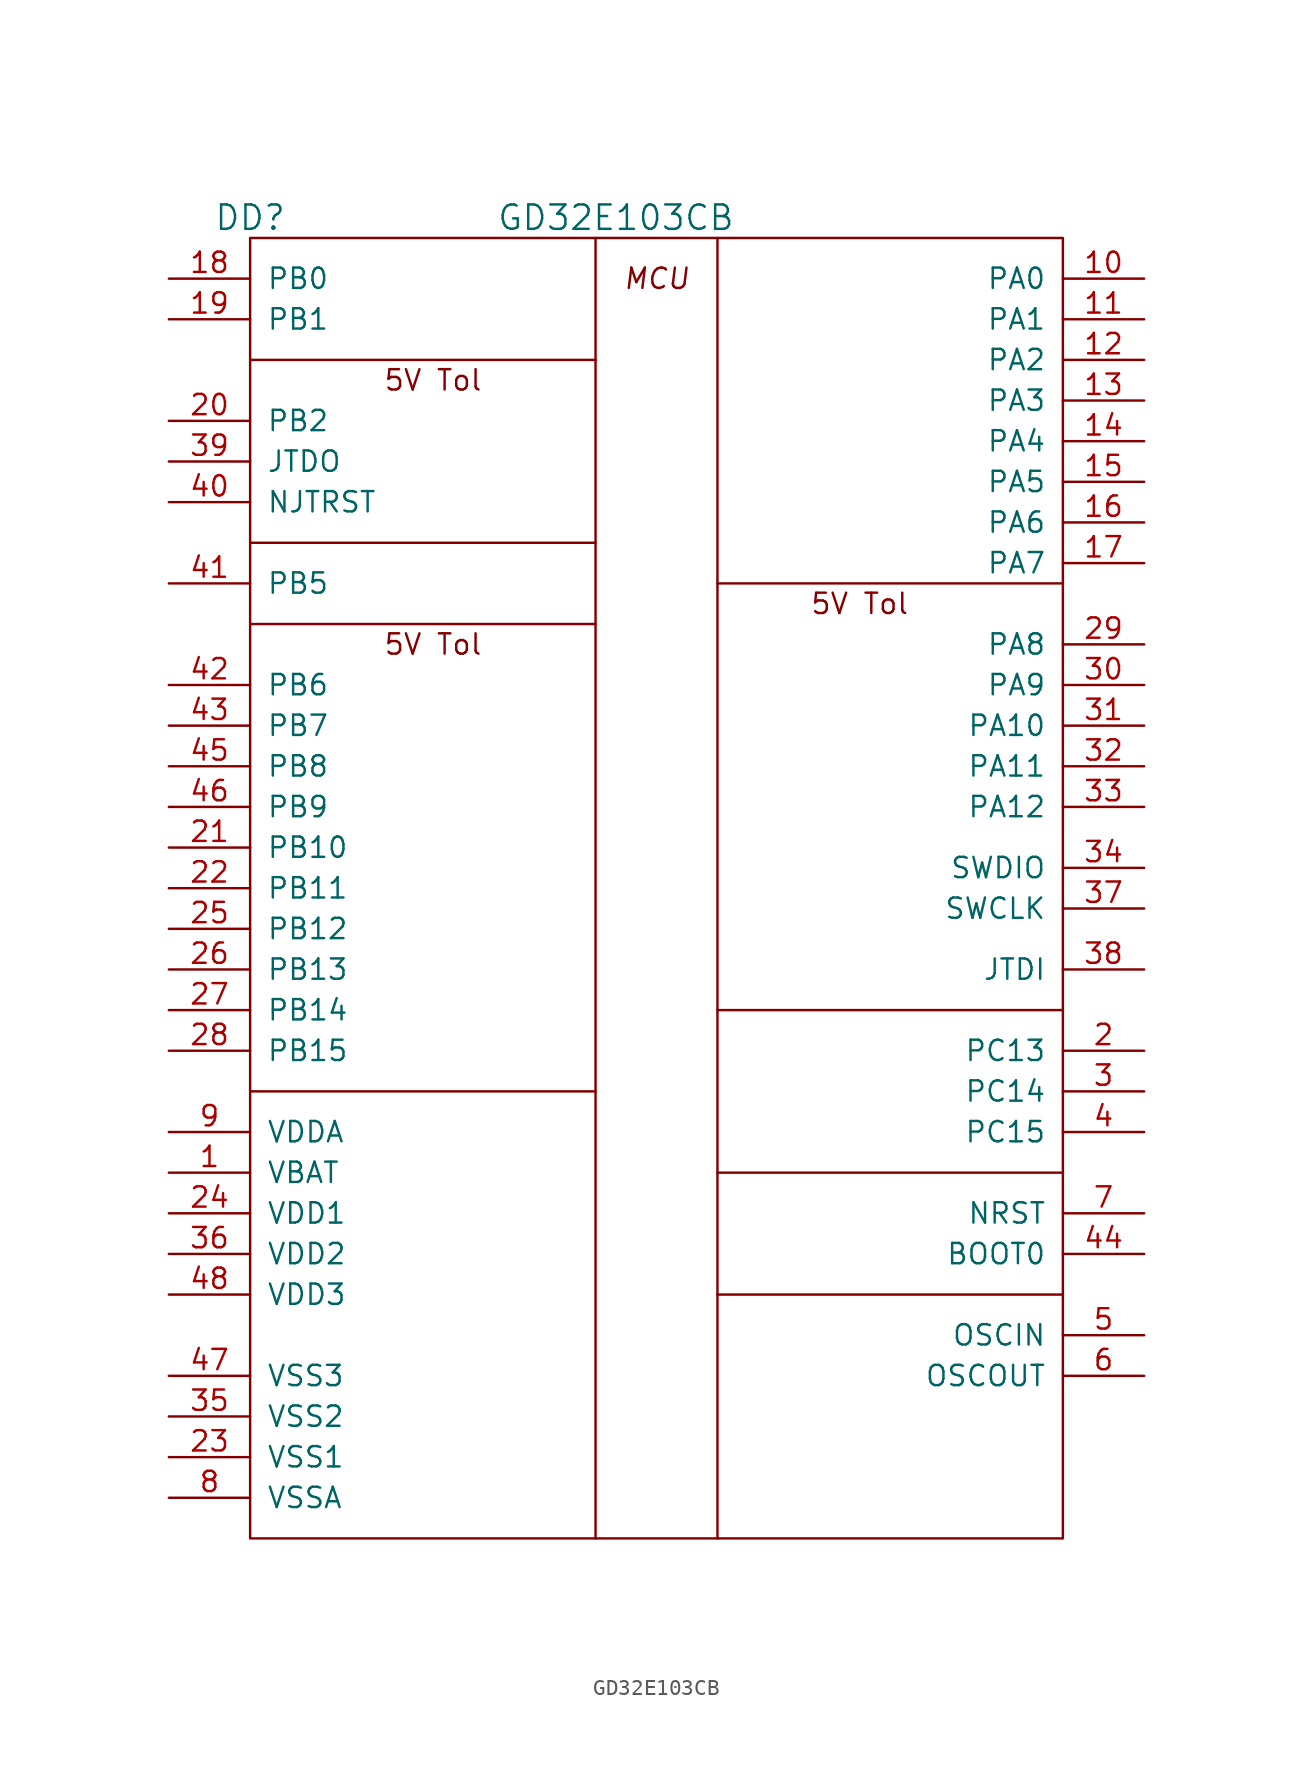
<source format=kicad_sym>
(kicad_symbol_lib
  (version 20231120)
  (generator "kicad_symbol_editor")
  (generator_version "8.0")
  (symbol "GD32E103CB"
    (pin_names
      (offset 1.016))
    (property "Reference" "DD"
      (at -25.4 34.29 0)
      (effects (font (size 1.524 1.524))))
    (property "Value" "GD32E103CB"
      (at -2.54 34.29 0)
      (effects (font (size 1.524 1.524))))
    (symbol "GD32E103CB_0_1"
      (rectangle (start -25.4 33.02) (end 25.4 -48.26) (stroke (width 0) (type default)) (fill (type none)))
      (polyline (pts (xy -25.4 -20.32) (xy -3.81 -20.32)) (stroke (width 0) (type default)) (fill (type none)))
      (polyline (pts (xy -25.4 8.89) (xy -3.81 8.89)) (stroke (width 0) (type default)) (fill (type none)))
      (polyline (pts (xy -25.4 13.97) (xy -3.81 13.97)) (stroke (width 0) (type default)) (fill (type none)))
      (polyline (pts (xy -25.4 25.4) (xy -3.81 25.4)) (stroke (width 0) (type default)) (fill (type none)))
      (polyline (pts (xy -3.81 33.02) (xy -3.81 -48.26)) (stroke (width 0) (type default)) (fill (type none)))
      (polyline (pts (xy 3.81 -48.26) (xy 3.81 33.02)) (stroke (width 0) (type default)) (fill (type none)))
      (polyline (pts (xy 3.81 -25.4) (xy 25.4 -25.4)) (stroke (width 0) (type default)) (fill (type none)))
      (polyline (pts (xy 3.81 -15.24) (xy 25.4 -15.24)) (stroke (width 0) (type default)) (fill (type none)))
      (polyline (pts (xy 3.81 11.43) (xy 25.4 11.43)) (stroke (width 0) (type default)) (fill (type none)))
      (polyline (pts (xy 25.4 -33.02) (xy 3.81 -33.02)) (stroke (width 0) (type default)) (fill (type none)))
      (text "5V Tol" (at -13.97 7.62 0) (effects (font (size 1.27 1.27))))
      (text "5V Tol" (at -13.97 24.13 0) (effects (font (size 1.27 1.27))))
      (text "5V Tol" (at 12.7 10.16 0) (effects (font (size 1.27 1.27))))
      (text "MCU" (at 0 30.48 0) (effects (font (size 1.27 1.27) (italic yes)))))
    (symbol "GD32E103CB_1_1"
      (pin power_in line (at -30.48 -25.4 0) (length 5.08) (name "VBAT" (effects (font (size 1.27 1.27)))) (number "1" (effects (font (size 1.27 1.27)))))
      (pin passive line (at 30.48 30.48 180) (length 5.08) (name "PA0" (effects (font (size 1.27 1.27)))) (number "10" (effects (font (size 1.27 1.27)))) (alternate "ADC01_IN0/PA0" passive line) (alternate "T1C0/PA0" passive line) (alternate "T1ETI/PA0" passive line) (alternate "T4C0/PA0" passive line) (alternate "U1_CTS/PA0" passive line) (alternate "WKUP/PA0" passive line))
      (pin passive line (at 30.48 27.94 180) (length 5.08) (name "PA1" (effects (font (size 1.27 1.27)))) (number "11" (effects (font (size 1.27 1.27)))) (alternate "ADC01_IN1/PA1" passive line) (alternate "T1C1/PA1" passive line) (alternate "T4C1/PA1" passive line) (alternate "U1_DE/PA1" passive line) (alternate "U1_RTS/PA1" passive line))
      (pin passive line (at 30.48 25.4 180) (length 5.08) (name "PA2" (effects (font (size 1.27 1.27)))) (number "12" (effects (font (size 1.27 1.27)))) (alternate "ADC01_IN2/PA2" passive line) (alternate "SPI0_IO2/PA2" passive line) (alternate "T1C2/PA2" passive line) (alternate "T4C2/PA2" passive line) (alternate "T8C0/PA2" passive line) (alternate "U1_TX/PA2" passive line))
      (pin passive line (at 30.48 22.86 180) (length 5.08) (name "PA3" (effects (font (size 1.27 1.27)))) (number "13" (effects (font (size 1.27 1.27)))) (alternate "ADC01_IN3/PA3" passive line) (alternate "SPI0_IO3/PA3" passive line) (alternate "T1C3/PA3" passive line) (alternate "T4C3/PA3" passive line) (alternate "T8C1/PA3" passive line) (alternate "U1_RX/PA3" passive line))
      (pin passive line (at 30.48 20.32 180) (length 5.08) (name "PA4" (effects (font (size 1.27 1.27)))) (number "14" (effects (font (size 1.27 1.27)))) (alternate "ADC01_IN4/PA4" passive line) (alternate "DAC_OUT0/PA4" passive line) (alternate "I2S2_WSr/PA4" passive line) (alternate "SPI0_NSS/PA4" passive line) (alternate "SPI2_NSSr/PA4" passive line) (alternate "U1_CK/PA4" passive line))
      (pin passive line (at 30.48 17.78 180) (length 5.08) (name "PA5" (effects (font (size 1.27 1.27)))) (number "15" (effects (font (size 1.27 1.27)))) (alternate "ADC01_IN5/PA5" passive line) (alternate "DAC_OUT1/PA5" passive line) (alternate "SPI0_SCK/PA5" passive line))
      (pin passive line (at 30.48 15.24 180) (length 5.08) (name "PA6" (effects (font (size 1.27 1.27)))) (number "16" (effects (font (size 1.27 1.27)))) (alternate "ADC01_IN6/PA6" passive line) (alternate "SPI0_MISO/PA6" passive line) (alternate "T0_BRKINr/PA6" passive line) (alternate "T12C0/PA6" passive line) (alternate "T2C0/PA6" passive line))
      (pin passive line (at 30.48 12.7 180) (length 5.08) (name "PA7" (effects (font (size 1.27 1.27)))) (number "17" (effects (font (size 1.27 1.27)))) (alternate "ADC01_IN7/PA7" passive line) (alternate "SPI0_MOSI/PA7" passive line) (alternate "T0C0_ONr/PA7" passive line) (alternate "T13C0/PA7" passive line) (alternate "T2C1/PA7" passive line))
      (pin passive line (at -30.48 30.48 0) (length 5.08) (name "PB0" (effects (font (size 1.27 1.27)))) (number "18" (effects (font (size 1.27 1.27)))) (alternate "PB0/ADC01_IN8" passive line) (alternate "PB0/T0C1_ONr" passive line) (alternate "PB0/T2C2" passive line))
      (pin passive line (at -30.48 27.94 0) (length 5.08) (name "PB1" (effects (font (size 1.27 1.27)))) (number "19" (effects (font (size 1.27 1.27)))) (alternate "PB1/ADC01_IN9" passive line) (alternate "PB1/T0C2_ONr" passive line) (alternate "PB1/T2C3" passive line))
      (pin passive line (at 30.48 -17.78 180) (length 5.08) (name "PC13" (effects (font (size 1.27 1.27)))) (number "2" (effects (font (size 1.27 1.27)))) (alternate "TAMPER-RTC/PC13" passive line))
      (pin passive line (at -30.48 21.59 0) (length 5.08) (name "PB2" (effects (font (size 1.27 1.27)))) (number "20" (effects (font (size 1.27 1.27)))) (alternate "BOOT1" passive line))
      (pin passive line (at -30.48 -5.08 0) (length 5.08) (name "PB10" (effects (font (size 1.27 1.27)))) (number "21" (effects (font (size 1.27 1.27)))) (alternate "PB10/I2C1_SCL" passive line) (alternate "PB10/T1C2r" passive line) (alternate "PB10/U2_TX" passive line))
      (pin passive line (at -30.48 -7.62 0) (length 5.08) (name "PB11" (effects (font (size 1.27 1.27)))) (number "22" (effects (font (size 1.27 1.27)))) (alternate "PB11/I2C1_SDA" passive line) (alternate "PB11/T1C3r" passive line) (alternate "PB11/U2_RX" passive line))
      (pin power_in line (at -30.48 -43.18 0) (length 5.08) (name "VSS1" (effects (font (size 1.27 1.27)))) (number "23" (effects (font (size 1.27 1.27)))))
      (pin power_in line (at -30.48 -27.94 0) (length 5.08) (name "VDD1" (effects (font (size 1.27 1.27)))) (number "24" (effects (font (size 1.27 1.27)))))
      (pin passive line (at -30.48 -10.16 0) (length 5.08) (name "PB12" (effects (font (size 1.27 1.27)))) (number "25" (effects (font (size 1.27 1.27)))) (alternate "PB12/I2C1_SMBA" passive line) (alternate "PB12/I2S1_WS" passive line) (alternate "PB12/SPI1_NSS" passive line) (alternate "PB12/T0_BRKIN" passive line) (alternate "PB12/U2_CK" passive line))
      (pin passive line (at -30.48 -12.7 0) (length 5.08) (name "PB13" (effects (font (size 1.27 1.27)))) (number "26" (effects (font (size 1.27 1.27)))) (alternate "PB13/I2C1_TXFRAME" passive line) (alternate "PB13/I2S1_CK" passive line) (alternate "PB13/SPI1_SCK" passive line) (alternate "PB13/T0C0_ON" passive line) (alternate "PB13/U2_CTS" passive line))
      (pin passive line (at -30.48 -15.24 0) (length 5.08) (name "PB14" (effects (font (size 1.27 1.27)))) (number "27" (effects (font (size 1.27 1.27)))) (alternate "PB14/SPI1_MISO" passive line) (alternate "PB14/T0C1_ON" passive line) (alternate "PB14/T11C0" passive line) (alternate "PB14/U2_DE" passive line) (alternate "PB14/U2_RTS" passive line))
      (pin passive line (at -30.48 -17.78 0) (length 5.08) (name "PB15" (effects (font (size 1.27 1.27)))) (number "28" (effects (font (size 1.27 1.27)))) (alternate "PB15/I2S1_SD" passive line) (alternate "PB15/SPI1_MOSI" passive line) (alternate "PB15/T0C2_ON" passive line) (alternate "PB15/T11C1" passive line))
      (pin passive line (at 30.48 7.62 180) (length 5.08) (name "PA8" (effects (font (size 1.27 1.27)))) (number "29" (effects (font (size 1.27 1.27)))) (alternate "CK_OUT0/PA8" passive line) (alternate "CTC_SYNC/PA8" passive line) (alternate "T0C0/PA8" passive line) (alternate "U0_CK/PA8" passive line) (alternate "USB_SOF/PA8" passive line) (alternate "VCORE" passive line))
      (pin passive line (at 30.48 -20.32 180) (length 5.08) (name "PC14" (effects (font (size 1.27 1.27)))) (number "3" (effects (font (size 1.27 1.27)))) (alternate "OC32IN/PC14" passive line))
      (pin passive line (at 30.48 5.08 180) (length 5.08) (name "PA9" (effects (font (size 1.27 1.27)))) (number "30" (effects (font (size 1.27 1.27)))) (alternate "T0C1/PA9" passive line) (alternate "U0_TX/PA9" passive line) (alternate "USB_VBUS/PA9" passive line))
      (pin passive line (at 30.48 2.54 180) (length 5.08) (name "PA10" (effects (font (size 1.27 1.27)))) (number "31" (effects (font (size 1.27 1.27)))) (alternate "T0C2/PA10" passive line) (alternate "U0_RX/PA10" passive line) (alternate "USB_ID/PA10" passive line) (alternate "V1REF" passive line))
      (pin passive line (at 30.48 0 180) (length 5.08) (name "PA11" (effects (font (size 1.27 1.27)))) (number "32" (effects (font (size 1.27 1.27)))) (alternate "T0C3/PA11" passive line) (alternate "U0_CTS/PA11" passive line) (alternate "USB_D-" passive line))
      (pin passive line (at 30.48 -2.54 180) (length 5.08) (name "PA12" (effects (font (size 1.27 1.27)))) (number "33" (effects (font (size 1.27 1.27)))) (alternate "T0_ETI/PA12" passive line) (alternate "U0_DE/PA12" passive line) (alternate "U0_RTS/PA12" passive line) (alternate "USB_D+" passive line))
      (pin passive line (at 30.48 -6.35 180) (length 5.08) (name "SWDIO" (effects (font (size 1.27 1.27)))) (number "34" (effects (font (size 1.27 1.27)))) (alternate "JTMS" passive line) (alternate "PA13" passive line))
      (pin power_in line (at -30.48 -40.64 0) (length 5.08) (name "VSS2" (effects (font (size 1.27 1.27)))) (number "35" (effects (font (size 1.27 1.27)))))
      (pin power_in line (at -30.48 -30.48 0) (length 5.08) (name "VDD2" (effects (font (size 1.27 1.27)))) (number "36" (effects (font (size 1.27 1.27)))))
      (pin passive line (at 30.48 -8.89 180) (length 5.08) (name "SWCLK" (effects (font (size 1.27 1.27)))) (number "37" (effects (font (size 1.27 1.27)))) (alternate "JTCK" passive line) (alternate "PA14" passive line))
      (pin passive line (at 30.48 -12.7 180) (length 5.08) (name "JTDI" (effects (font (size 1.27 1.27)))) (number "38" (effects (font (size 1.27 1.27)))) (alternate "I2S2_WS/PA15" passive line) (alternate "PA15" passive line) (alternate "SPI0_NSSr/PA15" passive line) (alternate "SPI2_NSS/PA15" passive line) (alternate "T0C0r/PA15" passive line) (alternate "T1_ETIr/PA15" passive line))
      (pin passive line (at -30.48 19.05 0) (length 5.08) (name "JTDO" (effects (font (size 1.27 1.27)))) (number "39" (effects (font (size 1.27 1.27)))) (alternate "PB3" passive line) (alternate "PB3/I2S2_CK" passive line) (alternate "PB3/SPI0_SCKr" passive line) (alternate "PB3/SPI2_SCK" passive line) (alternate "PB3/T1C1r" passive line))
      (pin passive line (at 30.48 -22.86 180) (length 5.08) (name "PC15" (effects (font (size 1.27 1.27)))) (number "4" (effects (font (size 1.27 1.27)))) (alternate "OC32OUT/PC15" passive line))
      (pin passive line (at -30.48 16.51 0) (length 5.08) (name "NJTRST" (effects (font (size 1.27 1.27)))) (number "40" (effects (font (size 1.27 1.27)))) (alternate "PB4" passive line) (alternate "PB4/I2C0_TXFRAME" passive line) (alternate "PB4/SPI0_MISOr" passive line) (alternate "PB4/SPI2_MISO" passive line) (alternate "PB4/T2C0r" passive line))
      (pin passive line (at -30.48 11.43 0) (length 5.08) (name "PB5" (effects (font (size 1.27 1.27)))) (number "41" (effects (font (size 1.27 1.27)))) (alternate "PB5/I2C0_SMBA" passive line) (alternate "PB5/I2S2_SD" passive line) (alternate "PB5/SPI0_MOSIr" passive line) (alternate "PB5/SPI2_MOSI" passive line) (alternate "PB5/T2C1r" passive line))
      (pin passive line (at -30.48 5.08 0) (length 5.08) (name "PB6" (effects (font (size 1.27 1.27)))) (number "42" (effects (font (size 1.27 1.27)))) (alternate "PB6/I2C0_SCL" passive line) (alternate "PB6/SPI0_IO2r" passive line) (alternate "PB6/T3C0" passive line) (alternate "PB6/U0_TXr" passive line))
      (pin passive line (at -30.48 2.54 0) (length 5.08) (name "PB7" (effects (font (size 1.27 1.27)))) (number "43" (effects (font (size 1.27 1.27)))) (alternate "PB7/I2C0_SDA" passive line) (alternate "PB7/SPI0_IO3r" passive line) (alternate "PB7/T3C1" passive line) (alternate "PB7/U0_RXr" passive line))
      (pin passive line (at 30.48 -30.48 180) (length 5.08) (name "BOOT0" (effects (font (size 1.27 1.27)))) (number "44" (effects (font (size 1.27 1.27)))))
      (pin passive line (at -30.48 0 0) (length 5.08) (name "PB8" (effects (font (size 1.27 1.27)))) (number "45" (effects (font (size 1.27 1.27)))) (alternate "PB8/I2C0_SCLr" passive line) (alternate "PB8/T3C2" passive line) (alternate "PB8/T9C0" passive line))
      (pin passive line (at -30.48 -2.54 0) (length 5.08) (name "PB9" (effects (font (size 1.27 1.27)))) (number "46" (effects (font (size 1.27 1.27)))) (alternate "PB9/I2C0_SDAr" passive line) (alternate "PB9/T10C0" passive line) (alternate "PB9/T3C3" passive line))
      (pin power_in line (at -30.48 -38.1 0) (length 5.08) (name "VSS3" (effects (font (size 1.27 1.27)))) (number "47" (effects (font (size 1.27 1.27)))))
      (pin power_in line (at -30.48 -33.02 0) (length 5.08) (name "VDD3" (effects (font (size 1.27 1.27)))) (number "48" (effects (font (size 1.27 1.27)))))
      (pin passive line (at 30.48 -35.56 180) (length 5.08) (name "OSCIN" (effects (font (size 1.27 1.27)))) (number "5" (effects (font (size 1.27 1.27)))) (alternate "PD0" passive line))
      (pin passive line (at 30.48 -38.1 180) (length 5.08) (name "OSCOUT" (effects (font (size 1.27 1.27)))) (number "6" (effects (font (size 1.27 1.27)))) (alternate "PD1" passive line))
      (pin passive line (at 30.48 -27.94 180) (length 5.08) (name "NRST" (effects (font (size 1.27 1.27)))) (number "7" (effects (font (size 1.27 1.27)))))
      (pin power_in line (at -30.48 -45.72 0) (length 5.08) (name "VSSA" (effects (font (size 1.27 1.27)))) (number "8" (effects (font (size 1.27 1.27)))))
      (pin power_in line (at -30.48 -22.86 0) (length 5.08) (name "VDDA" (effects (font (size 1.27 1.27)))) (number "9" (effects (font (size 1.27 1.27))))))))
</source>
